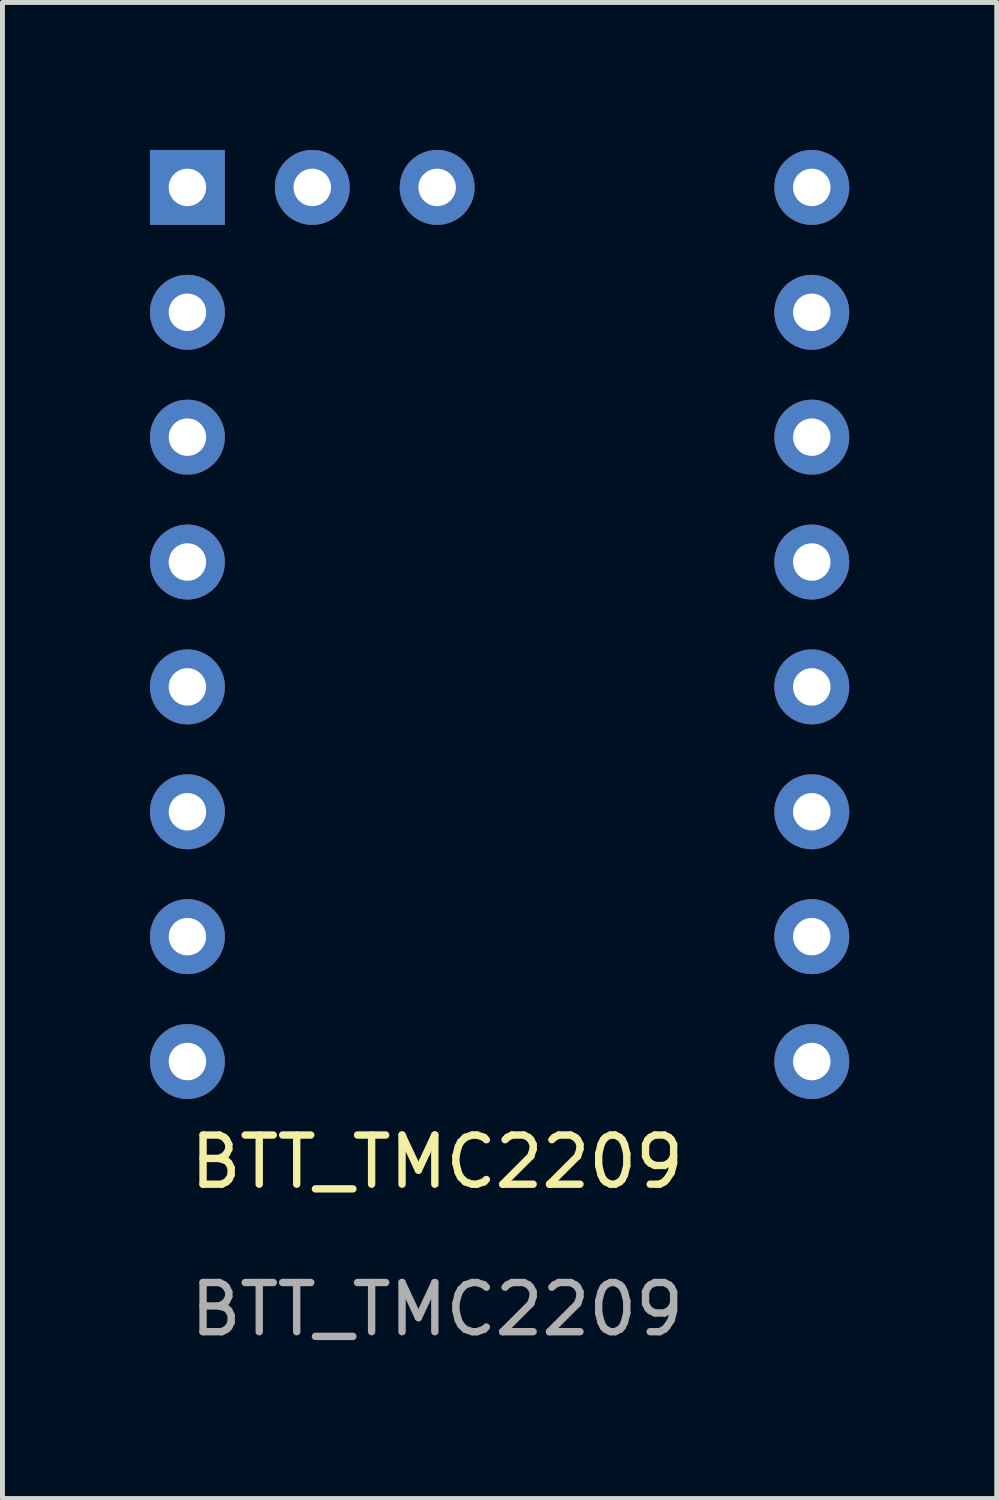
<source format=kicad_pcb>
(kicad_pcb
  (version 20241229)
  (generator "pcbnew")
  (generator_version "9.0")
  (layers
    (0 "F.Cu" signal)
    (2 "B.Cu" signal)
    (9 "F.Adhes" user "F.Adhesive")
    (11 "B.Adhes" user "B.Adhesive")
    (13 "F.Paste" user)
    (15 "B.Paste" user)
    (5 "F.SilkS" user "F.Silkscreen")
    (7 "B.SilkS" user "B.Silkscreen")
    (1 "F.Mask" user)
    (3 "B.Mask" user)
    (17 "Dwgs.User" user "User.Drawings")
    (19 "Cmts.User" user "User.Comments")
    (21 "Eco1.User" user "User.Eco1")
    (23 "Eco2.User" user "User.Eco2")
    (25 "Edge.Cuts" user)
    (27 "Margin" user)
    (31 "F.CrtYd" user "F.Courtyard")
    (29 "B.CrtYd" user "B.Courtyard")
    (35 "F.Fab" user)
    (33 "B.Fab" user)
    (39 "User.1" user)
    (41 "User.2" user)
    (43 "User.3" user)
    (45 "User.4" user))
  (footprint "BTT_TMC2209"
    (layer "F.Cu")
    (at 5.842 21.082)
    (property "Reference" "BTT_TMC2209" (at 0 -0.5 0) (unlocked yes) (layer "F.SilkS") (effects (font (size 1 1) (thickness 0.15))))
    (attr through_hole)
    (fp_text user "${REFERENCE}" (at 0 2.5 0) (unlocked yes) (layer "F.Fab") (effects (font (size 1 1) (thickness 0.15))))
    (pad "1" thru_hole rect (at -5.08 -20.32) (size 1.524 1.524) (drill 0.762) (layers "*.Cu" "*.Mask"))
    (pad "2" thru_hole circle (at -5.08 -17.78) (size 1.524 1.524) (drill 0.762) (layers "*.Cu" "*.Mask"))
    (pad "3" thru_hole circle (at -5.08 -15.24) (size 1.524 1.524) (drill 0.762) (layers "*.Cu" "*.Mask"))
    (pad "4" thru_hole circle (at -5.08 -12.7) (size 1.524 1.524) (drill 0.762) (layers "*.Cu" "*.Mask"))
    (pad "5" thru_hole circle (at -5.08 -10.16) (size 1.524 1.524) (drill 0.762) (layers "*.Cu" "*.Mask"))
    (pad "6" thru_hole circle (at -5.08 -7.62) (size 1.524 1.524) (drill 0.762) (layers "*.Cu" "*.Mask"))
    (pad "7" thru_hole circle (at -5.08 -5.08) (size 1.524 1.524) (drill 0.762) (layers "*.Cu" "*.Mask"))
    (pad "8" thru_hole circle (at -5.08 -2.54) (size 1.524 1.524) (drill 0.762) (layers "*.Cu" "*.Mask"))
    (pad "9" thru_hole circle (at 7.62 -2.54) (size 1.524 1.524) (drill 0.762) (layers "*.Cu" "*.Mask"))
    (pad "10" thru_hole circle (at 7.62 -5.08) (size 1.524 1.524) (drill 0.762) (layers "*.Cu" "*.Mask"))
    (pad "11" thru_hole circle (at 7.62 -7.62) (size 1.524 1.524) (drill 0.762) (layers "*.Cu" "*.Mask"))
    (pad "12" thru_hole circle (at 7.62 -10.16) (size 1.524 1.524) (drill 0.762) (layers "*.Cu" "*.Mask"))
    (pad "13" thru_hole circle (at 7.62 -12.7) (size 1.524 1.524) (drill 0.762) (layers "*.Cu" "*.Mask"))
    (pad "14" thru_hole circle (at 7.62 -15.24) (size 1.524 1.524) (drill 0.762) (layers "*.Cu" "*.Mask"))
    (pad "15" thru_hole circle (at 7.62 -17.78) (size 1.524 1.524) (drill 0.762) (layers "*.Cu" "*.Mask"))
    (pad "16" thru_hole circle (at 7.62 -20.32) (size 1.524 1.524) (drill 0.762) (layers "*.Cu" "*.Mask"))
    (pad "17" thru_hole circle (at 0 -20.32) (size 1.524 1.524) (drill 0.762) (layers "*.Cu" "*.Mask"))
    (pad "18" thru_hole circle (at -2.54 -20.32) (size 1.524 1.524) (drill 0.762) (layers "*.Cu" "*.Mask")))
  (gr_rect
    (start -3 -3)
    (end 17.224 27.43)
    (stroke (width 0.1) (type default))
    (fill no)
    (layer "Edge.Cuts")))
</source>
